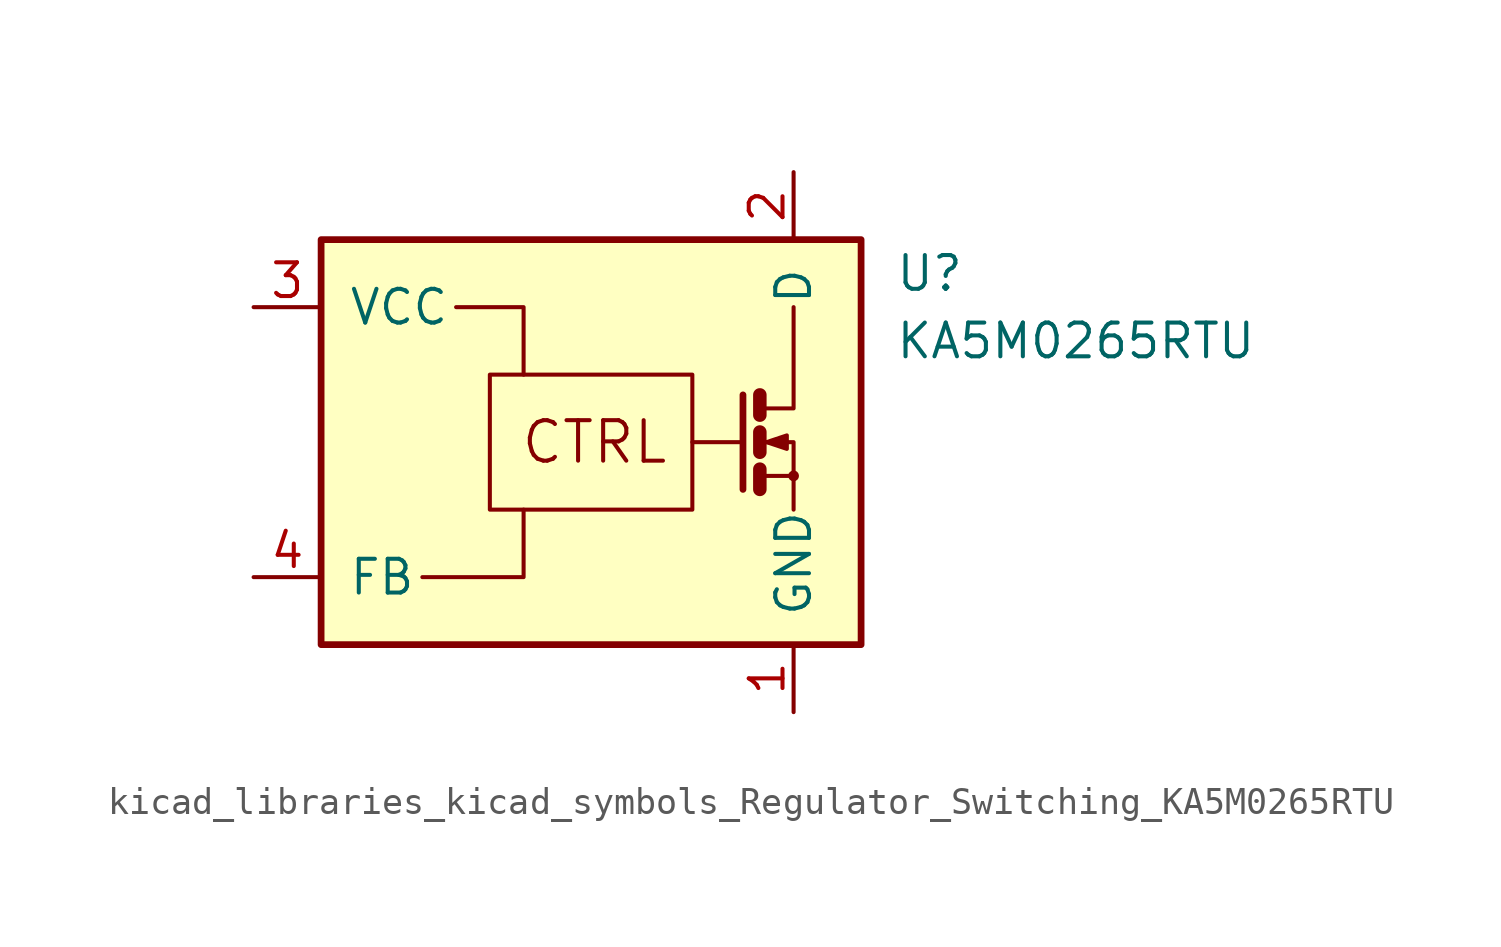
<source format=kicad_sym>
(kicad_symbol_lib
  (version 20220914)
  (generator kicad_symbol_editor)
  (symbol "kicad_libraries_kicad_symbols_Regulator_Switching_KA5M0265RTU"
    (pin_names
      (offset 1.016))
    (property "Reference" "U"
      (at 11.43 6.35 0)
      (effects (font (size 1.27 1.27)) (justify left)))
    (property "Value" "KA5M0265RTU"
      (at 11.43 3.81 0)
      (effects (font (size 1.27 1.27)) (justify left)))
    (symbol "kicad_libraries_kicad_symbols_Regulator_Switching_KA5M0265RTU_0_0"
      (rectangle (start -10.16 7.62) (end 10.16 -7.62) (stroke (width 0.254) (type default)) (fill (type background)))
      (rectangle (start -3.81 2.54) (end 3.81 -2.54) (stroke (width 0) (type default)) (fill (type none)))
      (polyline (pts (xy 3.81 0) (xy 5.715 0)) (stroke (width 0) (type default)) (fill (type none)))
      (polyline (pts (xy 5.715 1.778) (xy 5.715 -1.778)) (stroke (width 0.254) (type default)) (fill (type none)))
      (polyline (pts (xy 6.35 -1.27) (xy 7.62 -1.27)) (stroke (width 0) (type default)) (fill (type none)))
      (polyline (pts (xy 6.35 -1.016) (xy 6.35 -1.778)) (stroke (width 0.508) (type default)) (fill (type none)))
      (polyline (pts (xy 6.35 0.381) (xy 6.35 -0.381)) (stroke (width 0.508) (type default)) (fill (type none)))
      (polyline (pts (xy 6.35 1.778) (xy 6.35 1.016)) (stroke (width 0.508) (type default)) (fill (type none)))
      (polyline (pts (xy -6.35 -5.08) (xy -2.54 -5.08) (xy -2.54 -2.54)) (stroke (width 0) (type default)) (fill (type none)))
      (polyline (pts (xy -5.08 5.08) (xy -2.54 5.08) (xy -2.54 2.54)) (stroke (width 0) (type default)) (fill (type none)))
      (polyline (pts (xy 6.35 1.27) (xy 7.62 1.27) (xy 7.62 5.08)) (stroke (width 0) (type default)) (fill (type none)))
      (polyline (pts (xy 7.62 -2.54) (xy 7.62 0) (xy 6.35 0)) (stroke (width 0) (type default)) (fill (type none)))
      (polyline (pts (xy 6.604 0) (xy 7.366 0.254) (xy 7.366 -0.254) (xy 6.604 0)) (stroke (width 0) (type default)) (fill (type outline)))
      (circle (center 7.62 -1.27) (radius 0.127) (stroke (width 0) (type default)) (fill (type none)))
      (text "CTRL" (at 0.127 0 0) (effects (font (size 1.524 1.524)))))
    (symbol "kicad_libraries_kicad_symbols_Regulator_Switching_KA5M0265RTU_1_1"
      (pin power_in line (at 7.62 -10.16 90) (length 2.54) (name "GND" (effects (font (size 1.27 1.27)))) (number "1" (effects (font (size 1.27 1.27)))))
      (pin passive line (at 7.62 10.16 270) (length 2.54) (name "D" (effects (font (size 1.27 1.27)))) (number "2" (effects (font (size 1.27 1.27)))))
      (pin power_in line (at -12.7 5.08 0) (length 2.54) (name "VCC" (effects (font (size 1.27 1.27)))) (number "3" (effects (font (size 1.27 1.27)))))
      (pin passive line (at -12.7 -5.08 0) (length 2.54) (name "FB" (effects (font (size 1.27 1.27)))) (number "4" (effects (font (size 1.27 1.27))))))))
</source>
